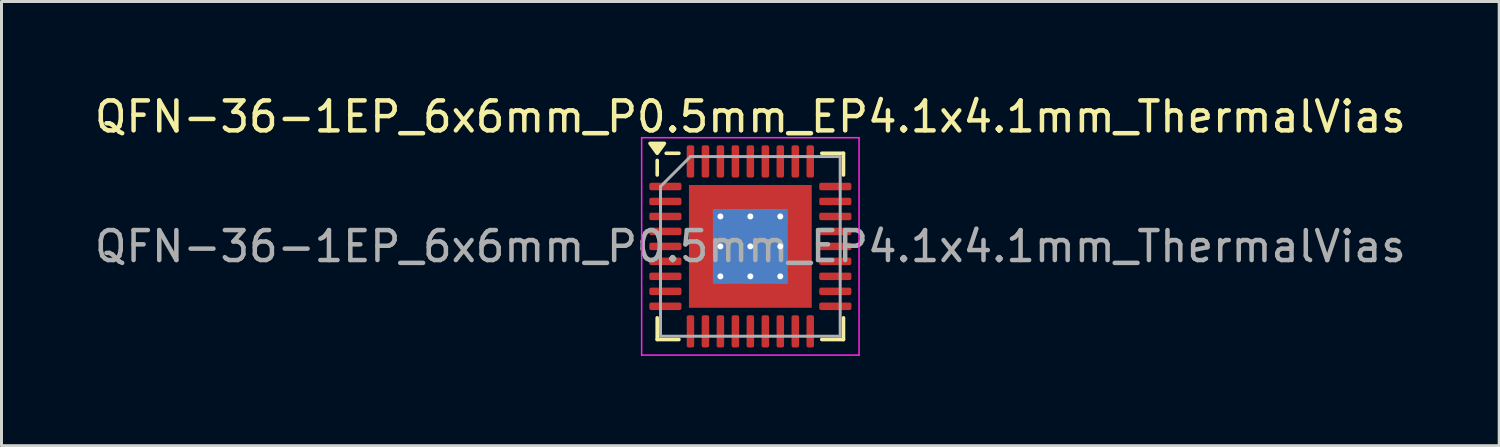
<source format=kicad_pcb>
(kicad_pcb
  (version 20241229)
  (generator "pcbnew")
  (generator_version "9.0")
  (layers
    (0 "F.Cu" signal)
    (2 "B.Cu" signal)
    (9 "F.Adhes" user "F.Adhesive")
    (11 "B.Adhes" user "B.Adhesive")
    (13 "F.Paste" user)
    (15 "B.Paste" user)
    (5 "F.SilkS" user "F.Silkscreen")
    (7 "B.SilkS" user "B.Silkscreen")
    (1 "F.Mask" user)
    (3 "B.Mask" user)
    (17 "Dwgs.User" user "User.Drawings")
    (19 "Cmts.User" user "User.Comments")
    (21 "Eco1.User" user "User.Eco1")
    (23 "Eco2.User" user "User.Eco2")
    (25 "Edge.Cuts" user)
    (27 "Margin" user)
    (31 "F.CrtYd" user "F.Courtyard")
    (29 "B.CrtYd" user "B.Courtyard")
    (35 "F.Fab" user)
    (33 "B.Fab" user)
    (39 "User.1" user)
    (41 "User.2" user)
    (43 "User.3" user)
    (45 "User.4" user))
  (footprint "QFN-36-1EP_6x6mm_P0.5mm_EP4.1x4.1mm_ThermalVias"
    (layer "F.Cu")
    (at 22.006 5.178)
    (property "Reference" "QFN-36-1EP_6x6mm_P0.5mm_EP4.1x4.1mm_ThermalVias" (at 0 -4.33 0) (layer "F.SilkS") (effects (font (size 1 1) (thickness 0.15))))
    (attr smd)
    (fp_line (start -3.11 -2.385) (end -3.11 -2.87) (stroke (width 0.12) (type solid)) (layer "F.SilkS"))
    (fp_line (start -3.11 3.11) (end -3.11 2.385) (stroke (width 0.12) (type solid)) (layer "F.SilkS"))
    (fp_line (start -2.385 -3.11) (end -2.81 -3.11) (stroke (width 0.12) (type solid)) (layer "F.SilkS"))
    (fp_line (start -2.385 3.11) (end -3.11 3.11) (stroke (width 0.12) (type solid)) (layer "F.SilkS"))
    (fp_line (start 2.385 -3.11) (end 3.11 -3.11) (stroke (width 0.12) (type solid)) (layer "F.SilkS"))
    (fp_line (start 2.385 3.11) (end 3.11 3.11) (stroke (width 0.12) (type solid)) (layer "F.SilkS"))
    (fp_line (start 3.11 -3.11) (end 3.11 -2.385) (stroke (width 0.12) (type solid)) (layer "F.SilkS"))
    (fp_line (start 3.11 3.11) (end 3.11 2.385) (stroke (width 0.12) (type solid)) (layer "F.SilkS"))
    (fp_poly (pts (xy -3.11 -3.11) (xy -3.35 -3.44) (xy -2.87 -3.44) (xy -3.11 -3.11)) (stroke (width 0.12) (type solid)) (fill yes) (layer "F.SilkS"))
    (fp_line (start -3.63 -3.63) (end -3.63 3.63) (stroke (width 0.05) (type solid)) (layer "F.CrtYd"))
    (fp_line (start -3.63 3.63) (end 3.63 3.63) (stroke (width 0.05) (type solid)) (layer "F.CrtYd"))
    (fp_line (start 3.63 -3.63) (end -3.63 -3.63) (stroke (width 0.05) (type solid)) (layer "F.CrtYd"))
    (fp_line (start 3.63 3.63) (end 3.63 -3.63) (stroke (width 0.05) (type solid)) (layer "F.CrtYd"))
    (fp_line (start -3 -2) (end -2 -3) (stroke (width 0.1) (type solid)) (layer "F.Fab"))
    (fp_line (start -3 3) (end -3 -2) (stroke (width 0.1) (type solid)) (layer "F.Fab"))
    (fp_line (start -2 -3) (end 3 -3) (stroke (width 0.1) (type solid)) (layer "F.Fab"))
    (fp_line (start 3 -3) (end 3 3) (stroke (width 0.1) (type solid)) (layer "F.Fab"))
    (fp_line (start 3 3) (end -3 3) (stroke (width 0.1) (type solid)) (layer "F.Fab"))
    (fp_text user "${REFERENCE}" (at 0 0 0) (layer "F.Fab") (effects (font (size 1 1) (thickness 0.15))))
    (pad "" smd roundrect (at -1.525 -1.525) (size 0.847 0.847) (layers "F.Paste") (roundrect_rratio 0.25))
    (pad "" smd roundrect (at -1.525 -0.5) (size 0.847 0.806) (layers "F.Paste") (roundrect_rratio 0.25))
    (pad "" smd roundrect (at -1.525 0.5) (size 0.847 0.806) (layers "F.Paste") (roundrect_rratio 0.25))
    (pad "" smd roundrect (at -1.525 1.525) (size 0.847 0.847) (layers "F.Paste") (roundrect_rratio 0.25))
    (pad "" smd roundrect (at -0.5 -1.525) (size 0.806 0.847) (layers "F.Paste") (roundrect_rratio 0.25))
    (pad "" smd roundrect (at -0.5 -0.5) (size 0.806 0.806) (layers "F.Paste") (roundrect_rratio 0.25))
    (pad "" smd roundrect (at -0.5 0.5) (size 0.806 0.806) (layers "F.Paste") (roundrect_rratio 0.25))
    (pad "" smd roundrect (at -0.5 1.525) (size 0.806 0.847) (layers "F.Paste") (roundrect_rratio 0.25))
    (pad "" smd roundrect (at 0.5 -1.525) (size 0.806 0.847) (layers "F.Paste") (roundrect_rratio 0.25))
    (pad "" smd roundrect (at 0.5 -0.5) (size 0.806 0.806) (layers "F.Paste") (roundrect_rratio 0.25))
    (pad "" smd roundrect (at 0.5 0.5) (size 0.806 0.806) (layers "F.Paste") (roundrect_rratio 0.25))
    (pad "" smd roundrect (at 0.5 1.525) (size 0.806 0.847) (layers "F.Paste") (roundrect_rratio 0.25))
    (pad "" smd roundrect (at 1.525 -1.525) (size 0.847 0.847) (layers "F.Paste") (roundrect_rratio 0.25))
    (pad "" smd roundrect (at 1.525 -0.5) (size 0.847 0.806) (layers "F.Paste") (roundrect_rratio 0.25))
    (pad "" smd roundrect (at 1.525 0.5) (size 0.847 0.806) (layers "F.Paste") (roundrect_rratio 0.25))
    (pad "" smd roundrect (at 1.525 1.525) (size 0.847 0.847) (layers "F.Paste") (roundrect_rratio 0.25))
    (pad "1" smd roundrect (at -2.837 -2) (size 1.075 0.25) (layers "F.Cu" "F.Mask" "F.Paste") (roundrect_rratio 0.25))
    (pad "2" smd roundrect (at -2.837 -1.5) (size 1.075 0.25) (layers "F.Cu" "F.Mask" "F.Paste") (roundrect_rratio 0.25))
    (pad "3" smd roundrect (at -2.837 -1) (size 1.075 0.25) (layers "F.Cu" "F.Mask" "F.Paste") (roundrect_rratio 0.25))
    (pad "4" smd roundrect (at -2.837 -0.5) (size 1.075 0.25) (layers "F.Cu" "F.Mask" "F.Paste") (roundrect_rratio 0.25))
    (pad "5" smd roundrect (at -2.837 0) (size 1.075 0.25) (layers "F.Cu" "F.Mask" "F.Paste") (roundrect_rratio 0.25))
    (pad "6" smd roundrect (at -2.837 0.5) (size 1.075 0.25) (layers "F.Cu" "F.Mask" "F.Paste") (roundrect_rratio 0.25))
    (pad "7" smd roundrect (at -2.837 1) (size 1.075 0.25) (layers "F.Cu" "F.Mask" "F.Paste") (roundrect_rratio 0.25))
    (pad "8" smd roundrect (at -2.837 1.5) (size 1.075 0.25) (layers "F.Cu" "F.Mask" "F.Paste") (roundrect_rratio 0.25))
    (pad "9" smd roundrect (at -2.837 2) (size 1.075 0.25) (layers "F.Cu" "F.Mask" "F.Paste") (roundrect_rratio 0.25))
    (pad "10" smd roundrect (at -2 2.837) (size 0.25 1.075) (layers "F.Cu" "F.Mask" "F.Paste") (roundrect_rratio 0.25))
    (pad "11" smd roundrect (at -1.5 2.837) (size 0.25 1.075) (layers "F.Cu" "F.Mask" "F.Paste") (roundrect_rratio 0.25))
    (pad "12" smd roundrect (at -1 2.837) (size 0.25 1.075) (layers "F.Cu" "F.Mask" "F.Paste") (roundrect_rratio 0.25))
    (pad "13" smd roundrect (at -0.5 2.837) (size 0.25 1.075) (layers "F.Cu" "F.Mask" "F.Paste") (roundrect_rratio 0.25))
    (pad "14" smd roundrect (at 0 2.837) (size 0.25 1.075) (layers "F.Cu" "F.Mask" "F.Paste") (roundrect_rratio 0.25))
    (pad "15" smd roundrect (at 0.5 2.837) (size 0.25 1.075) (layers "F.Cu" "F.Mask" "F.Paste") (roundrect_rratio 0.25))
    (pad "16" smd roundrect (at 1 2.837) (size 0.25 1.075) (layers "F.Cu" "F.Mask" "F.Paste") (roundrect_rratio 0.25))
    (pad "17" smd roundrect (at 1.5 2.837) (size 0.25 1.075) (layers "F.Cu" "F.Mask" "F.Paste") (roundrect_rratio 0.25))
    (pad "18" smd roundrect (at 2 2.837) (size 0.25 1.075) (layers "F.Cu" "F.Mask" "F.Paste") (roundrect_rratio 0.25))
    (pad "19" smd roundrect (at 2.837 2) (size 1.075 0.25) (layers "F.Cu" "F.Mask" "F.Paste") (roundrect_rratio 0.25))
    (pad "20" smd roundrect (at 2.837 1.5) (size 1.075 0.25) (layers "F.Cu" "F.Mask" "F.Paste") (roundrect_rratio 0.25))
    (pad "21" smd roundrect (at 2.837 1) (size 1.075 0.25) (layers "F.Cu" "F.Mask" "F.Paste") (roundrect_rratio 0.25))
    (pad "22" smd roundrect (at 2.837 0.5) (size 1.075 0.25) (layers "F.Cu" "F.Mask" "F.Paste") (roundrect_rratio 0.25))
    (pad "23" smd roundrect (at 2.837 0) (size 1.075 0.25) (layers "F.Cu" "F.Mask" "F.Paste") (roundrect_rratio 0.25))
    (pad "24" smd roundrect (at 2.837 -0.5) (size 1.075 0.25) (layers "F.Cu" "F.Mask" "F.Paste") (roundrect_rratio 0.25))
    (pad "25" smd roundrect (at 2.837 -1) (size 1.075 0.25) (layers "F.Cu" "F.Mask" "F.Paste") (roundrect_rratio 0.25))
    (pad "26" smd roundrect (at 2.837 -1.5) (size 1.075 0.25) (layers "F.Cu" "F.Mask" "F.Paste") (roundrect_rratio 0.25))
    (pad "27" smd roundrect (at 2.837 -2) (size 1.075 0.25) (layers "F.Cu" "F.Mask" "F.Paste") (roundrect_rratio 0.25))
    (pad "28" smd roundrect (at 2 -2.837) (size 0.25 1.075) (layers "F.Cu" "F.Mask" "F.Paste") (roundrect_rratio 0.25))
    (pad "29" smd roundrect (at 1.5 -2.837) (size 0.25 1.075) (layers "F.Cu" "F.Mask" "F.Paste") (roundrect_rratio 0.25))
    (pad "30" smd roundrect (at 1 -2.837) (size 0.25 1.075) (layers "F.Cu" "F.Mask" "F.Paste") (roundrect_rratio 0.25))
    (pad "31" smd roundrect (at 0.5 -2.837) (size 0.25 1.075) (layers "F.Cu" "F.Mask" "F.Paste") (roundrect_rratio 0.25))
    (pad "32" smd roundrect (at 0 -2.837) (size 0.25 1.075) (layers "F.Cu" "F.Mask" "F.Paste") (roundrect_rratio 0.25))
    (pad "33" smd roundrect (at -0.5 -2.837) (size 0.25 1.075) (layers "F.Cu" "F.Mask" "F.Paste") (roundrect_rratio 0.25))
    (pad "34" smd roundrect (at -1 -2.837) (size 0.25 1.075) (layers "F.Cu" "F.Mask" "F.Paste") (roundrect_rratio 0.25))
    (pad "35" smd roundrect (at -1.5 -2.837) (size 0.25 1.075) (layers "F.Cu" "F.Mask" "F.Paste") (roundrect_rratio 0.25))
    (pad "36" smd roundrect (at -2 -2.837) (size 0.25 1.075) (layers "F.Cu" "F.Mask" "F.Paste") (roundrect_rratio 0.25))
    (pad "37" thru_hole circle (at -1 -1) (size 0.5 0.5) (drill 0.2) (property pad_prop_heatsink) (layers "*.Cu"))
    (pad "37" thru_hole circle (at -1 0) (size 0.5 0.5) (drill 0.2) (property pad_prop_heatsink) (layers "*.Cu"))
    (pad "37" thru_hole circle (at -1 1) (size 0.5 0.5) (drill 0.2) (property pad_prop_heatsink) (layers "*.Cu"))
    (pad "37" thru_hole circle (at 0 -1) (size 0.5 0.5) (drill 0.2) (property pad_prop_heatsink) (layers "*.Cu"))
    (pad "37" thru_hole circle (at 0 0) (size 0.5 0.5) (drill 0.2) (property pad_prop_heatsink) (layers "*.Cu"))
    (pad "37" smd rect (at 0 0) (size 2.5 2.5) (property pad_prop_heatsink) (layers "B.Cu"))
    (pad "37" smd rect (at 0 0) (size 4.1 4.1) (property pad_prop_heatsink) (layers "F.Cu" "F.Mask"))
    (pad "37" thru_hole circle (at 0 1) (size 0.5 0.5) (drill 0.2) (property pad_prop_heatsink) (layers "*.Cu"))
    (pad "37" thru_hole circle (at 1 -1) (size 0.5 0.5) (drill 0.2) (property pad_prop_heatsink) (layers "*.Cu"))
    (pad "37" thru_hole circle (at 1 0) (size 0.5 0.5) (drill 0.2) (property pad_prop_heatsink) (layers "*.Cu"))
    (pad "37" thru_hole circle (at 1 1) (size 0.5 0.5) (drill 0.2) (property pad_prop_heatsink) (layers "*.Cu")))
  (gr_rect
    (start -3 -3)
    (end 47.012 11.833)
    (stroke (width 0.1) (type default))
    (fill no)
    (layer "Edge.Cuts")))
</source>
